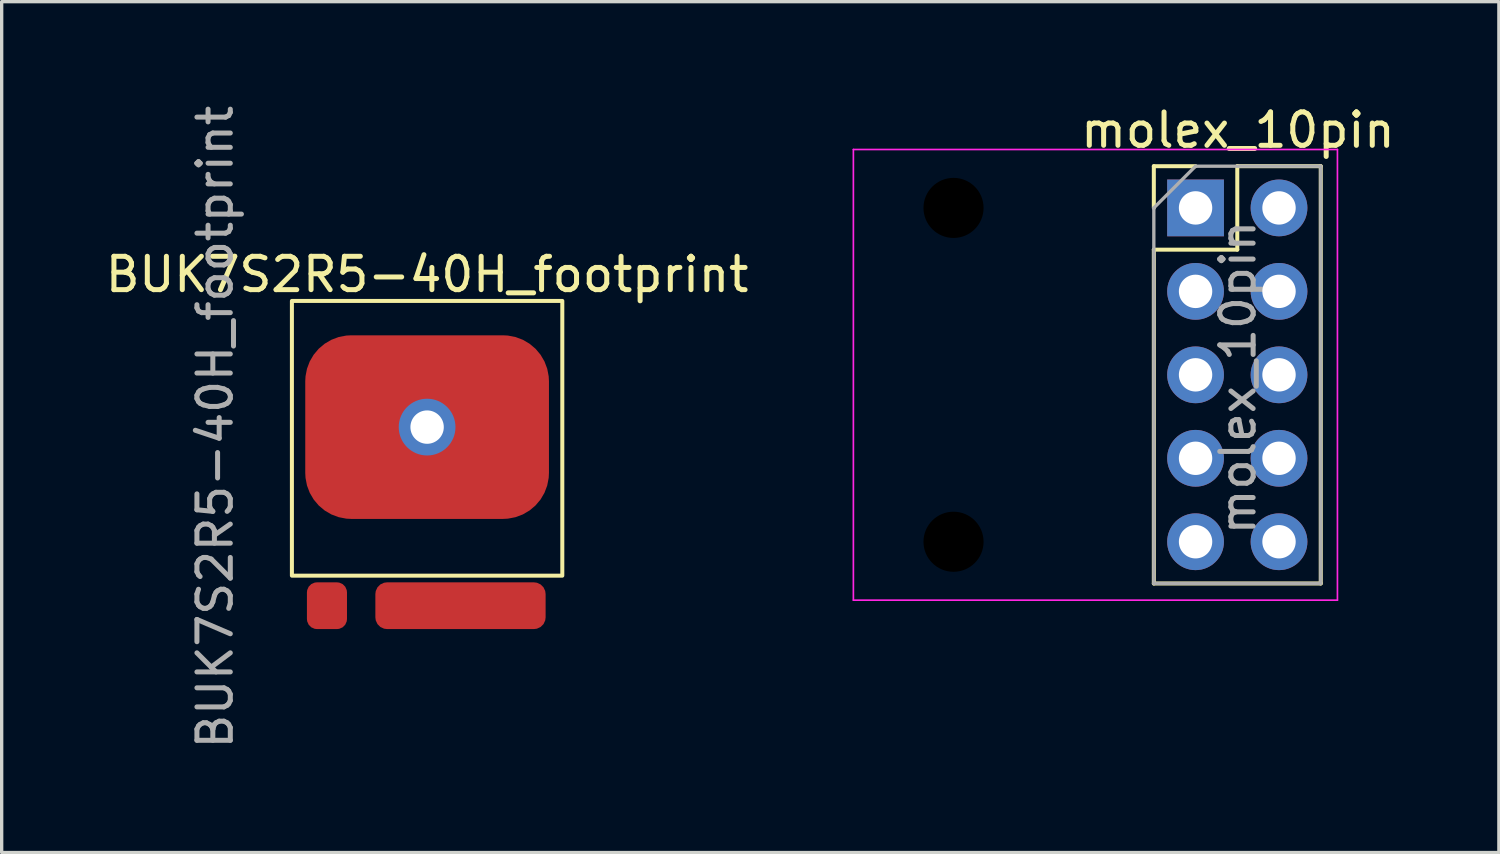
<source format=kicad_pcb>
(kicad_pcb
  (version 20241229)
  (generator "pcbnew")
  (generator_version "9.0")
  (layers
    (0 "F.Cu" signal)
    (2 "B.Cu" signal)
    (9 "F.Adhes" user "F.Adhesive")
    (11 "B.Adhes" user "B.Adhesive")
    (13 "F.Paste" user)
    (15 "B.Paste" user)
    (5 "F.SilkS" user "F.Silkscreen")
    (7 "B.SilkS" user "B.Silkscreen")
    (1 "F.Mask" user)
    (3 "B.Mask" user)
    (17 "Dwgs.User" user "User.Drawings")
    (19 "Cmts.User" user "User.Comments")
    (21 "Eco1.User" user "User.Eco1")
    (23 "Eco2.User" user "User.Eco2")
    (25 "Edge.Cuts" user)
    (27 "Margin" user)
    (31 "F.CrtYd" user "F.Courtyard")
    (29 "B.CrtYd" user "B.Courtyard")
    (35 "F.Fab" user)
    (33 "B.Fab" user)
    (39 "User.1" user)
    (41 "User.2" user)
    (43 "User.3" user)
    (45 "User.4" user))
  (footprint "BUK7S2R5-40H_footprint"
    (layer "F.Cu")
    (at 9.744 11.044)
    (property "Reference" "BUK7S2R5-40H_footprint" (at 0 -5.872 0) (unlocked yes) (layer "F.SilkS") (effects (font (size 1 1) (thickness 0.15))))
    (attr smd)
    (fp_rect (start -4.05 -5.08) (end 4.05 3.15) (stroke (width 0.12) (type solid)) (fill no) (layer "F.SilkS"))
    (fp_text user "${REFERENCE}" (at -6.35 -1.3 90) (unlocked yes) (layer "F.Fab") (effects (font (size 1 1) (thickness 0.15))))
    (pad "1" smd roundrect (at -3 4.05) (size 1.2 1.4) (layers "F.Cu" "F.Mask" "F.Paste") (roundrect_rratio 0.25))
    (pad "2" smd roundrect (at 1 4.05) (size 5.1 1.4) (layers "F.Cu" "F.Mask" "F.Paste") (roundrect_rratio 0.25))
    (pad "3" thru_hole circle (at 0 -1.3) (size 1.7 1.7) (drill 1) (layers "*.Cu" "*.Mask"))
    (pad "3" smd roundrect (at 0 -1.3) (size 7.3 5.5) (layers "F.Cu" "F.Mask" "F.Paste") (roundrect_rratio 0.25)))
  (footprint "molex_10pin"
    (layer "F.Cu")
    (at 32.763 3.178)
    (property "Reference" "molex_10pin" (at 1.27 -2.33 0) (layer "F.SilkS") (effects (font (size 1 1) (thickness 0.15))))
    (attr through_hole)
    (fp_line (start -1.25 -1.25) (end 0 -1.25) (stroke (width 0.12) (type solid)) (layer "F.SilkS"))
    (fp_line (start -1.25 0) (end -1.25 -1.25) (stroke (width 0.12) (type solid)) (layer "F.SilkS"))
    (fp_line (start -1.25 1.25) (end -1.25 11.25) (stroke (width 0.12) (type solid)) (layer "F.SilkS"))
    (fp_line (start -1.25 1.25) (end 1.25 1.25) (stroke (width 0.12) (type solid)) (layer "F.SilkS"))
    (fp_line (start -1.25 11.25) (end 3.75 11.25) (stroke (width 0.12) (type solid)) (layer "F.SilkS"))
    (fp_line (start 1.25 -1.25) (end 3.75 -1.25) (stroke (width 0.12) (type solid)) (layer "F.SilkS"))
    (fp_line (start 1.25 1.25) (end 1.25 -1.25) (stroke (width 0.12) (type solid)) (layer "F.SilkS"))
    (fp_line (start 3.75 -1.25) (end 3.75 11.25) (stroke (width 0.12) (type solid)) (layer "F.SilkS"))
    (fp_line (start -10.25 -1.75) (end -10.25 11.75) (stroke (width 0.05) (type solid)) (layer "F.CrtYd"))
    (fp_line (start -10.25 11.75) (end 4.25 11.75) (stroke (width 0.05) (type solid)) (layer "F.CrtYd"))
    (fp_line (start 4.25 -1.75) (end -10.25 -1.75) (stroke (width 0.05) (type solid)) (layer "F.CrtYd"))
    (fp_line (start 4.25 11.75) (end 4.25 -1.75) (stroke (width 0.05) (type solid)) (layer "F.CrtYd"))
    (fp_line (start -1.25 0) (end 0 -1.25) (stroke (width 0.1) (type solid)) (layer "F.Fab"))
    (fp_line (start -1.25 11.25) (end -1.25 0) (stroke (width 0.1) (type solid)) (layer "F.Fab"))
    (fp_line (start 0 -1.25) (end 3.75 -1.25) (stroke (width 0.1) (type solid)) (layer "F.Fab"))
    (fp_line (start 3.75 -1.25) (end 3.75 11.25) (stroke (width 0.1) (type solid)) (layer "F.Fab"))
    (fp_line (start 3.75 11.25) (end -1.25 11.25) (stroke (width 0.1) (type solid)) (layer "F.Fab"))
    (fp_text user "${REFERENCE}" (at 1.27 5.08 90) (layer "F.Fab") (effects (font (size 1 1) (thickness 0.15))))
    (pad "" np_thru_hole circle (at -7.25 0) (size 1.8 1.8) (drill 1.8) (layers "*.Mask"))
    (pad "" np_thru_hole circle (at -7.25 10) (size 1.8 1.8) (drill 1.8) (layers "*.Mask"))
    (pad "1" thru_hole rect (at 0 0) (size 1.7 1.7) (drill 1) (layers "*.Cu" "*.Mask") (remove_unused_layers yes) (keep_end_layers yes) (zone_layer_connections))
    (pad "2" thru_hole oval (at 0 2.5) (size 1.7 1.7) (drill 1) (layers "*.Cu" "*.Mask") (remove_unused_layers yes) (keep_end_layers yes) (zone_layer_connections))
    (pad "3" thru_hole oval (at 0 5) (size 1.7 1.7) (drill 1) (layers "*.Cu" "*.Mask") (remove_unused_layers yes) (keep_end_layers yes) (zone_layer_connections))
    (pad "4" thru_hole oval (at 0 7.5) (size 1.7 1.7) (drill 1) (layers "*.Cu" "*.Mask") (remove_unused_layers yes) (keep_end_layers yes) (zone_layer_connections))
    (pad "5" thru_hole oval (at 0 10) (size 1.7 1.7) (drill 1) (layers "*.Cu" "*.Mask") (remove_unused_layers yes) (keep_end_layers yes) (zone_layer_connections))
    (pad "6" thru_hole oval (at 2.5 10) (size 1.7 1.7) (drill 1) (layers "*.Cu" "*.Mask") (remove_unused_layers yes) (keep_end_layers yes) (zone_layer_connections))
    (pad "7" thru_hole oval (at 2.5 7.5) (size 1.7 1.7) (drill 1) (layers "*.Cu" "*.Mask") (remove_unused_layers yes) (keep_end_layers yes) (zone_layer_connections))
    (pad "8" thru_hole oval (at 2.5 5) (size 1.7 1.7) (drill 1) (layers "*.Cu" "*.Mask" "Eco1.User") (remove_unused_layers yes) (keep_end_layers yes) (zone_layer_connections))
    (pad "9" thru_hole oval (at 2.5 2.5) (size 1.7 1.7) (drill 1) (layers "*.Cu" "*.Mask") (remove_unused_layers yes) (keep_end_layers yes) (zone_layer_connections))
    (pad "10" thru_hole oval (at 2.5 0) (size 1.7 1.7) (drill 1) (layers "*.Cu" "*.Mask") (remove_unused_layers yes) (keep_end_layers yes) (zone_layer_connections)))
  (gr_rect
    (start -3 -3)
    (end 41.849 22.488)
    (stroke (width 0.1) (type default))
    (fill no)
    (layer "Edge.Cuts")))
</source>
